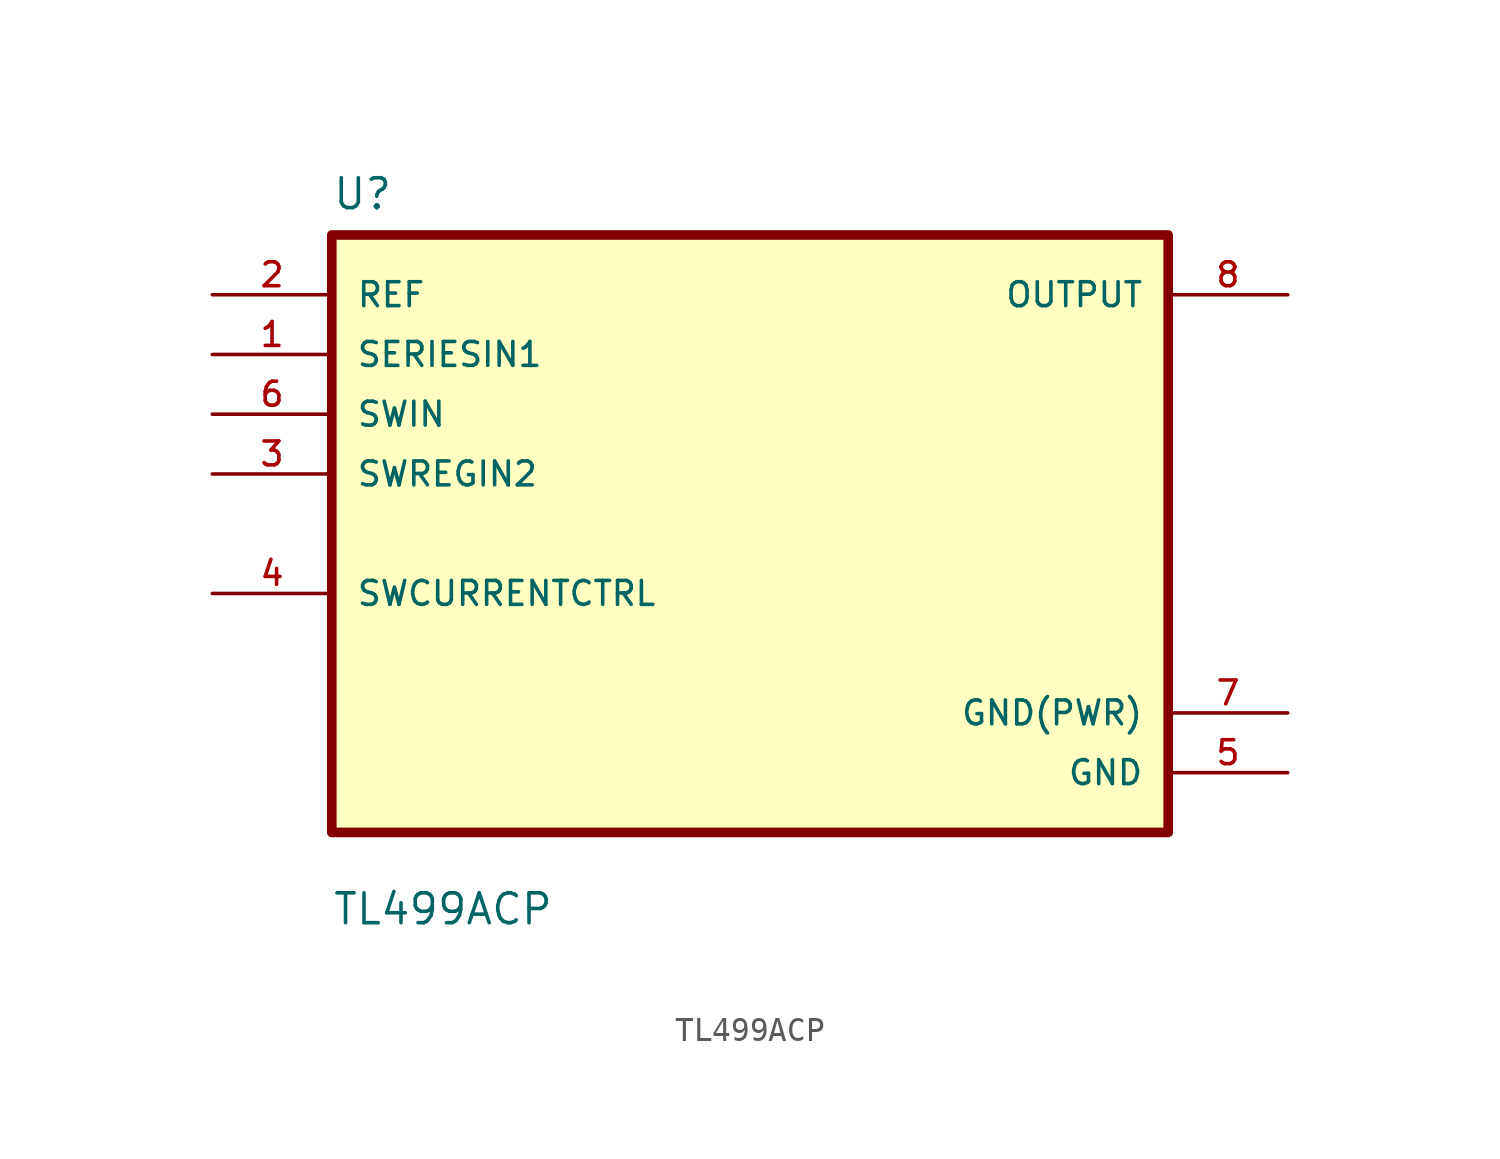
<source format=kicad_sym>
(kicad_symbol_lib
  (version 20211014)
  (generator kicad_symbol_editor)
  (symbol "TL499ACP"
    (pin_names
      (offset 1.016))
    (property "Reference" "U"
      (at -17.78 13.7 0.0)
      (effects (font (size 1.27 1.27)) (justify bottom left)))
    (property "Value" "TL499ACP"
      (at -17.78 -16.7 0.0)
      (effects (font (size 1.27 1.27)) (justify bottom left)))
    (symbol "TL499ACP_0_0"
      (rectangle (start -17.78 -12.7) (end 17.78 12.7) (stroke (width 0.41)) (fill (type background)))
      (pin input line (at -22.86 10.16 0) (length 5.08) (name "REF" (effects (font (size 1.016 1.016)))) (number "2" (effects (font (size 1.016 1.016)))))
      (pin input line (at -22.86 7.62 0) (length 5.08) (name "SERIESIN1" (effects (font (size 1.016 1.016)))) (number "1" (effects (font (size 1.016 1.016)))))
      (pin input line (at -22.86 5.08 0) (length 5.08) (name "SWIN" (effects (font (size 1.016 1.016)))) (number "6" (effects (font (size 1.016 1.016)))))
      (pin input line (at -22.86 2.54 0) (length 5.08) (name "SWREGIN2" (effects (font (size 1.016 1.016)))) (number "3" (effects (font (size 1.016 1.016)))))
      (pin bidirectional line (at -22.86 -2.54 0) (length 5.08) (name "SWCURRENTCTRL" (effects (font (size 1.016 1.016)))) (number "4" (effects (font (size 1.016 1.016)))))
      (pin output line (at 22.86 10.16 180.0) (length 5.08) (name "OUTPUT" (effects (font (size 1.016 1.016)))) (number "8" (effects (font (size 1.016 1.016)))))
      (pin power_in line (at 22.86 -7.62 180.0) (length 5.08) (name "GND(PWR)" (effects (font (size 1.016 1.016)))) (number "7" (effects (font (size 1.016 1.016)))))
      (pin power_in line (at 22.86 -10.16 180.0) (length 5.08) (name "GND" (effects (font (size 1.016 1.016)))) (number "5" (effects (font (size 1.016 1.016))))))))
</source>
